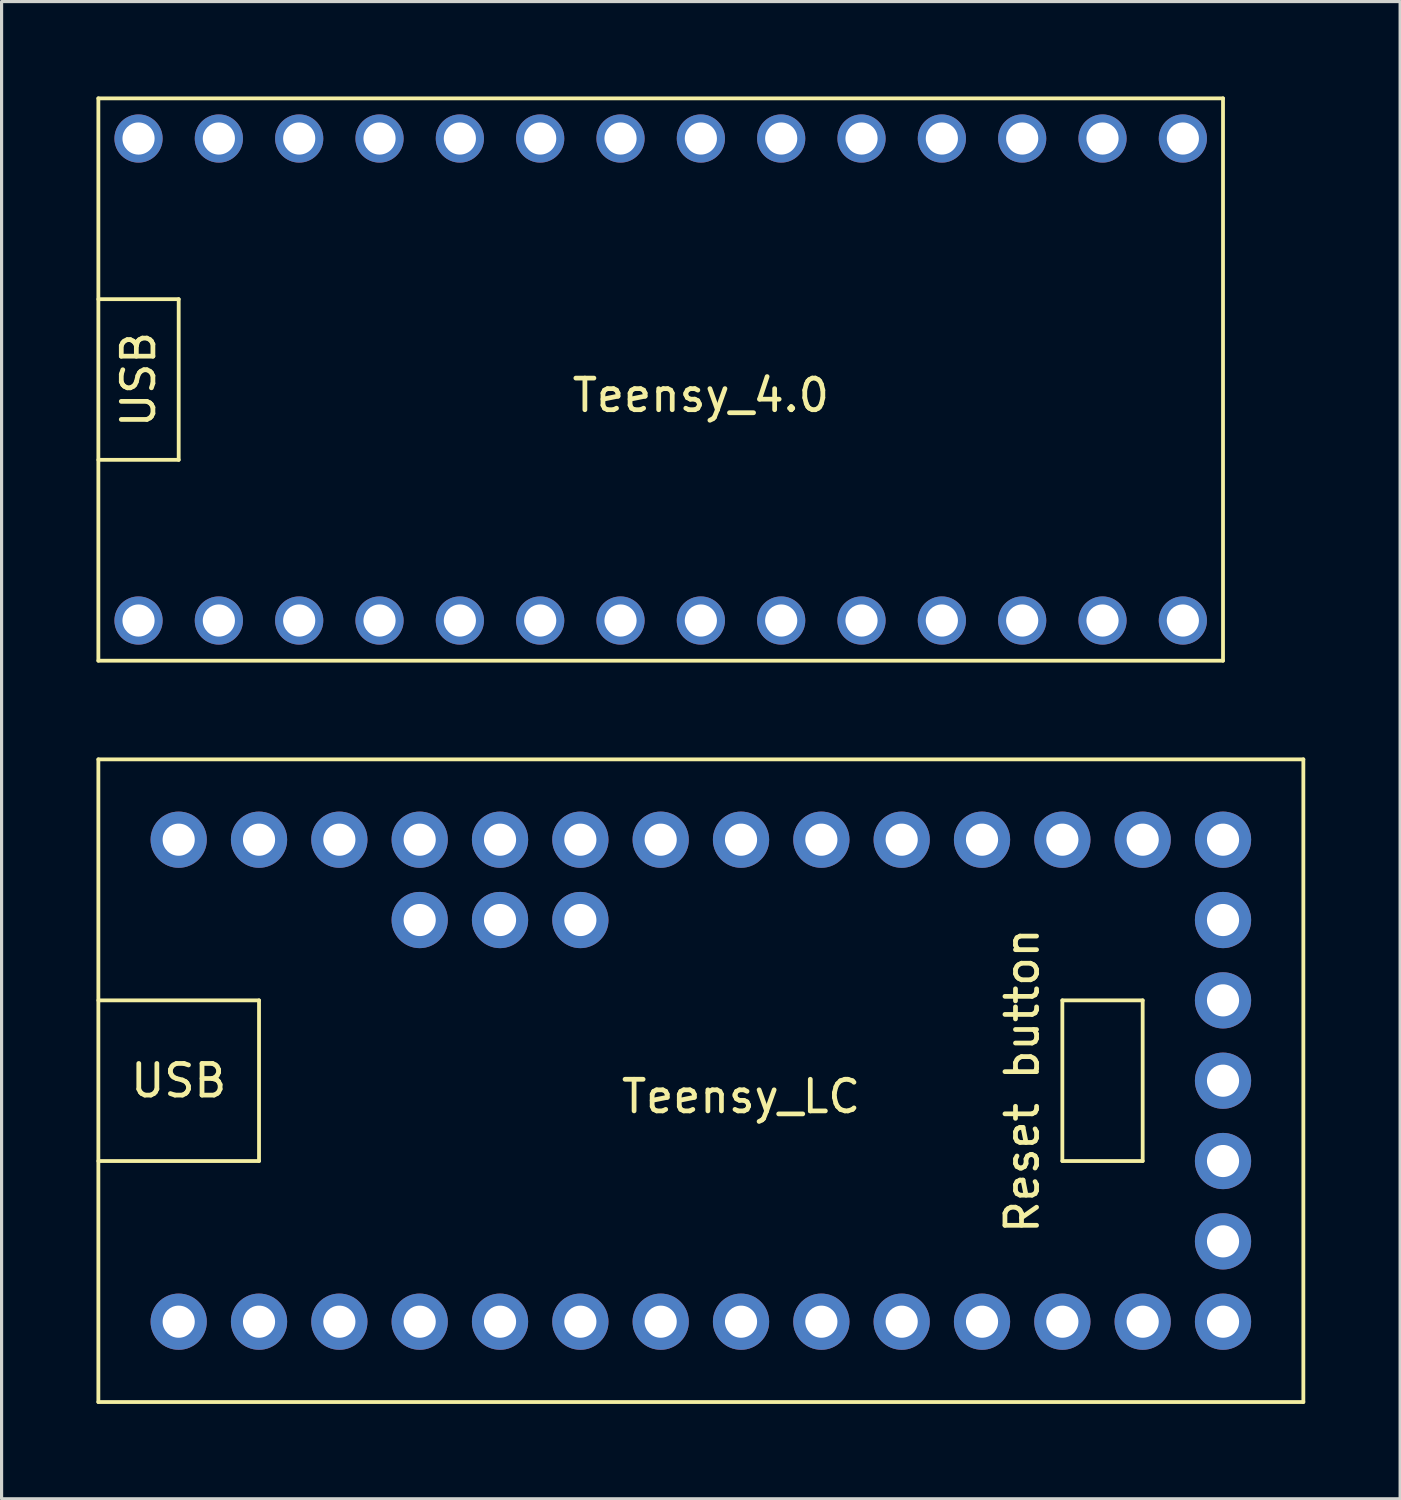
<source format=kicad_pcb>
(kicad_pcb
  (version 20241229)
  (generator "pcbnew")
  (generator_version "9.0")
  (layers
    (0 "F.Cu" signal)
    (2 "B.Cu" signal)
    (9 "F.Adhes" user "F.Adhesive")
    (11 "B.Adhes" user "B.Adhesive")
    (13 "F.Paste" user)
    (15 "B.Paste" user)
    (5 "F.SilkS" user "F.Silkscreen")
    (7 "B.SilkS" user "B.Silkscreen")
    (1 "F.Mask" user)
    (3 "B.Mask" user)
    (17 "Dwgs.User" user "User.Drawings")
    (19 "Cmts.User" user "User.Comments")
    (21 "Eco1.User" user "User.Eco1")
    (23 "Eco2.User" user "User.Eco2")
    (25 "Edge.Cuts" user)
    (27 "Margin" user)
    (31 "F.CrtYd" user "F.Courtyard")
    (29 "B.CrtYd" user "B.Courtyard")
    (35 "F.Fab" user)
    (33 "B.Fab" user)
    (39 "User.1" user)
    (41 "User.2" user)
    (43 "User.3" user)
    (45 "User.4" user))
  (footprint "Teensy_LC"
    (layer "F.Cu")
    (at 20.38 31.12)
    (property "Reference" "Teensy_LC" (at 0 0.5 0) (layer "F.SilkS") (effects (font (size 1 1) (thickness 0.15))))
    (attr through_hole)
    (fp_line (start -20.32 -10.16) (end 17.78 -10.16) (stroke (width 0.12) (type solid)) (layer "F.SilkS"))
    (fp_line (start -20.32 -2.54) (end -15.24 -2.54) (stroke (width 0.12) (type solid)) (layer "F.SilkS"))
    (fp_line (start -20.32 10.16) (end -20.32 -10.16) (stroke (width 0.12) (type solid)) (layer "F.SilkS"))
    (fp_line (start -15.24 -2.54) (end -15.24 2.54) (stroke (width 0.12) (type solid)) (layer "F.SilkS"))
    (fp_line (start -15.24 2.54) (end -20.32 2.54) (stroke (width 0.12) (type solid)) (layer "F.SilkS"))
    (fp_line (start 10.16 -2.54) (end 10.16 2.54) (stroke (width 0.12) (type solid)) (layer "F.SilkS"))
    (fp_line (start 10.16 2.54) (end 12.7 2.54) (stroke (width 0.12) (type solid)) (layer "F.SilkS"))
    (fp_line (start 12.7 -2.54) (end 10.16 -2.54) (stroke (width 0.12) (type solid)) (layer "F.SilkS"))
    (fp_line (start 12.7 2.54) (end 12.7 -2.54) (stroke (width 0.12) (type solid)) (layer "F.SilkS"))
    (fp_line (start 17.78 -10.16) (end 17.78 10.16) (stroke (width 0.12) (type solid)) (layer "F.SilkS"))
    (fp_line (start 17.78 10.16) (end -20.32 10.16) (stroke (width 0.12) (type solid)) (layer "F.SilkS"))
    (fp_text user "USB" (at -17.78 0 0) (layer "F.SilkS") (effects (font (size 1 1) (thickness 0.15))))
    (fp_text user "Reset button" (at 8.89 0 90) (layer "F.SilkS") (effects (font (size 1 1) (thickness 0.15))))
    (pad "0" thru_hole circle (at -15.24 7.62) (size 1.778 1.778) (drill 1.016) (layers "*.Cu" "*.Mask"))
    (pad "1" thru_hole circle (at -12.7 7.62) (size 1.778 1.778) (drill 1.016) (layers "*.Cu" "*.Mask"))
    (pad "2" thru_hole circle (at -10.16 7.62) (size 1.778 1.778) (drill 1.016) (layers "*.Cu" "*.Mask"))
    (pad "3" thru_hole circle (at -7.62 7.62) (size 1.778 1.778) (drill 1.016) (layers "*.Cu" "*.Mask"))
    (pad "3V3_1" thru_hole circle (at -12.7 -7.62) (size 1.778 1.778) (drill 1.016) (layers "*.Cu" "*.Mask"))
    (pad "3V3_2" thru_hole circle (at 15.24 2.54) (size 1.778 1.778) (drill 1.016) (layers "*.Cu" "*.Mask"))
    (pad "4" thru_hole circle (at -5.08 7.62) (size 1.778 1.778) (drill 1.016) (layers "*.Cu" "*.Mask"))
    (pad "5" thru_hole circle (at -2.54 7.62) (size 1.778 1.778) (drill 1.016) (layers "*.Cu" "*.Mask"))
    (pad "6" thru_hole circle (at 0 7.62) (size 1.778 1.778) (drill 1.016) (layers "*.Cu" "*.Mask"))
    (pad "7" thru_hole circle (at 2.54 7.62) (size 1.778 1.778) (drill 1.016) (layers "*.Cu" "*.Mask"))
    (pad "8" thru_hole circle (at 5.08 7.62) (size 1.778 1.778) (drill 1.016) (layers "*.Cu" "*.Mask"))
    (pad "9" thru_hole circle (at 7.62 7.62) (size 1.778 1.778) (drill 1.016) (layers "*.Cu" "*.Mask"))
    (pad "10" thru_hole circle (at 10.16 7.62) (size 1.778 1.778) (drill 1.016) (layers "*.Cu" "*.Mask"))
    (pad "11" thru_hole circle (at 12.7 7.62) (size 1.778 1.778) (drill 1.016) (layers "*.Cu" "*.Mask"))
    (pad "12" thru_hole circle (at 15.24 7.62) (size 1.778 1.778) (drill 1.016) (layers "*.Cu" "*.Mask"))
    (pad "13" thru_hole circle (at 15.24 -7.62) (size 1.778 1.778) (drill 1.016) (layers "*.Cu" "*.Mask"))
    (pad "14" thru_hole circle (at 12.7 -7.62) (size 1.778 1.778) (drill 1.016) (layers "*.Cu" "*.Mask"))
    (pad "15" thru_hole circle (at 10.16 -7.62) (size 1.778 1.778) (drill 1.016) (layers "*.Cu" "*.Mask"))
    (pad "16" thru_hole circle (at 7.62 -7.62) (size 1.778 1.778) (drill 1.016) (layers "*.Cu" "*.Mask"))
    (pad "17" thru_hole circle (at 5.08 -7.62) (size 1.778 1.778) (drill 1.016) (layers "*.Cu" "*.Mask"))
    (pad "17_VIN" thru_hole circle (at 15.24 5.08) (size 1.778 1.778) (drill 1.016) (layers "*.Cu" "*.Mask"))
    (pad "18" thru_hole circle (at 2.54 -7.62) (size 1.778 1.778) (drill 1.016) (layers "*.Cu" "*.Mask"))
    (pad "19" thru_hole circle (at 0 -7.62) (size 1.778 1.778) (drill 1.016) (layers "*.Cu" "*.Mask"))
    (pad "20" thru_hole circle (at -2.54 -7.62) (size 1.778 1.778) (drill 1.016) (layers "*.Cu" "*.Mask"))
    (pad "21" thru_hole circle (at -5.08 -7.62) (size 1.778 1.778) (drill 1.016) (layers "*.Cu" "*.Mask"))
    (pad "22" thru_hole circle (at -7.62 -7.62) (size 1.778 1.778) (drill 1.016) (layers "*.Cu" "*.Mask"))
    (pad "23" thru_hole circle (at -10.16 -7.62) (size 1.778 1.778) (drill 1.016) (layers "*.Cu" "*.Mask"))
    (pad "24" thru_hole circle (at -7.62 -5.08) (size 1.778 1.778) (drill 1.016) (layers "*.Cu" "*.Mask"))
    (pad "25" thru_hole circle (at -5.08 -5.08) (size 1.778 1.778) (drill 1.016) (layers "*.Cu" "*.Mask"))
    (pad "26" thru_hole circle (at 15.24 -5.08) (size 1.778 1.778) (drill 1.016) (layers "*.Cu" "*.Mask"))
    (pad "AREF" thru_hole circle (at -10.16 -5.08) (size 1.778 1.778) (drill 1.016) (layers "*.Cu" "*.Mask"))
    (pad "GND_1" thru_hole circle (at -17.78 7.62) (size 1.778 1.778) (drill 1.016) (layers "*.Cu" "*.Mask"))
    (pad "GND_2" thru_hole circle (at -15.24 -7.62) (size 1.778 1.778) (drill 1.016) (layers "*.Cu" "*.Mask"))
    (pad "GND_3" thru_hole circle (at 15.24 0) (size 1.778 1.778) (drill 1.016) (layers "*.Cu" "*.Mask"))
    (pad "PROG" thru_hole circle (at 15.24 -2.54) (size 1.778 1.778) (drill 1.016) (layers "*.Cu" "*.Mask"))
    (pad "VIN" thru_hole circle (at -17.78 -7.62) (size 1.778 1.778) (drill 1.016) (layers "*.Cu" "*.Mask")))
  (footprint "Teensy_4.0"
    (layer "F.Cu")
    (at 19.11 8.95)
    (property "Reference" "Teensy_4.0" (at 0 0.5 0) (layer "F.SilkS") (effects (font (size 1 1) (thickness 0.15))))
    (attr through_hole)
    (fp_line (start -19.05 -8.89) (end 16.51 -8.89) (stroke (width 0.12) (type solid)) (layer "F.SilkS"))
    (fp_line (start -19.05 -2.54) (end -16.51 -2.54) (stroke (width 0.12) (type solid)) (layer "F.SilkS"))
    (fp_line (start -19.05 8.89) (end -19.05 -8.89) (stroke (width 0.12) (type solid)) (layer "F.SilkS"))
    (fp_line (start -16.51 -2.54) (end -16.51 2.54) (stroke (width 0.12) (type solid)) (layer "F.SilkS"))
    (fp_line (start -16.51 2.54) (end -19.05 2.54) (stroke (width 0.12) (type solid)) (layer "F.SilkS"))
    (fp_line (start 16.51 -8.89) (end 16.51 8.89) (stroke (width 0.12) (type solid)) (layer "F.SilkS"))
    (fp_line (start 16.51 8.89) (end -19.05 8.89) (stroke (width 0.12) (type solid)) (layer "F.SilkS"))
    (fp_text user "USB" (at -17.78 0 90) (layer "F.SilkS") (effects (font (size 1 1) (thickness 0.15))))
    (pad "0" thru_hole circle (at -15.24 7.62) (size 1.524 1.524) (drill 1.016) (layers "*.Cu" "*.Mask"))
    (pad "1" thru_hole circle (at -12.7 7.62) (size 1.524 1.524) (drill 1.016) (layers "*.Cu" "*.Mask"))
    (pad "2" thru_hole circle (at -10.16 7.62) (size 1.524 1.524) (drill 1.016) (layers "*.Cu" "*.Mask"))
    (pad "3" thru_hole circle (at -7.62 7.62) (size 1.524 1.524) (drill 1.016) (layers "*.Cu" "*.Mask"))
    (pad "3V3_1" thru_hole circle (at -12.7 -7.62) (size 1.524 1.524) (drill 1.016) (layers "*.Cu" "*.Mask"))
    (pad "4" thru_hole circle (at -5.08 7.62) (size 1.524 1.524) (drill 1.016) (layers "*.Cu" "*.Mask"))
    (pad "5" thru_hole circle (at -2.54 7.62) (size 1.524 1.524) (drill 1.016) (layers "*.Cu" "*.Mask"))
    (pad "6" thru_hole circle (at 0 7.62) (size 1.524 1.524) (drill 1.016) (layers "*.Cu" "*.Mask"))
    (pad "7" thru_hole circle (at 2.54 7.62) (size 1.524 1.524) (drill 1.016) (layers "*.Cu" "*.Mask"))
    (pad "8" thru_hole circle (at 5.08 7.62) (size 1.524 1.524) (drill 1.016) (layers "*.Cu" "*.Mask"))
    (pad "9" thru_hole circle (at 7.62 7.62) (size 1.524 1.524) (drill 1.016) (layers "*.Cu" "*.Mask"))
    (pad "10" thru_hole circle (at 10.16 7.62) (size 1.524 1.524) (drill 1.016) (layers "*.Cu" "*.Mask"))
    (pad "11" thru_hole circle (at 12.7 7.62) (size 1.524 1.524) (drill 1.016) (layers "*.Cu" "*.Mask"))
    (pad "12" thru_hole circle (at 15.24 7.62) (size 1.524 1.524) (drill 1.016) (layers "*.Cu" "*.Mask"))
    (pad "13" thru_hole circle (at 15.24 -7.62) (size 1.524 1.524) (drill 1.016) (layers "*.Cu" "*.Mask"))
    (pad "14" thru_hole circle (at 12.7 -7.62) (size 1.524 1.524) (drill 1.016) (layers "*.Cu" "*.Mask"))
    (pad "15" thru_hole circle (at 10.16 -7.62) (size 1.524 1.524) (drill 1.016) (layers "*.Cu" "*.Mask"))
    (pad "16" thru_hole circle (at 7.62 -7.62) (size 1.524 1.524) (drill 1.016) (layers "*.Cu" "*.Mask"))
    (pad "17" thru_hole circle (at 5.08 -7.62) (size 1.524 1.524) (drill 1.016) (layers "*.Cu" "*.Mask"))
    (pad "18" thru_hole circle (at 2.54 -7.62) (size 1.524 1.524) (drill 1.016) (layers "*.Cu" "*.Mask"))
    (pad "19" thru_hole circle (at 0 -7.62) (size 1.524 1.524) (drill 1.016) (layers "*.Cu" "*.Mask"))
    (pad "20" thru_hole circle (at -2.54 -7.62) (size 1.524 1.524) (drill 1.016) (layers "*.Cu" "*.Mask"))
    (pad "21" thru_hole circle (at -5.08 -7.62) (size 1.524 1.524) (drill 1.016) (layers "*.Cu" "*.Mask"))
    (pad "22" thru_hole circle (at -7.62 -7.62) (size 1.524 1.524) (drill 1.016) (layers "*.Cu" "*.Mask"))
    (pad "23" thru_hole circle (at -10.16 -7.62) (size 1.524 1.524) (drill 1.016) (layers "*.Cu" "*.Mask"))
    (pad "GND_1" thru_hole circle (at -17.78 7.62) (size 1.524 1.524) (drill 1.016) (layers "*.Cu" "*.Mask"))
    (pad "GND_2" thru_hole circle (at -15.24 -7.62) (size 1.524 1.524) (drill 1.016) (layers "*.Cu" "*.Mask"))
    (pad "VIN" thru_hole circle (at -17.78 -7.62) (size 1.524 1.524) (drill 1.016) (layers "*.Cu" "*.Mask")))
  (gr_rect
    (start -3 -3)
    (end 41.22 44.34)
    (stroke (width 0.1) (type default))
    (fill no)
    (layer "Edge.Cuts")))
</source>
